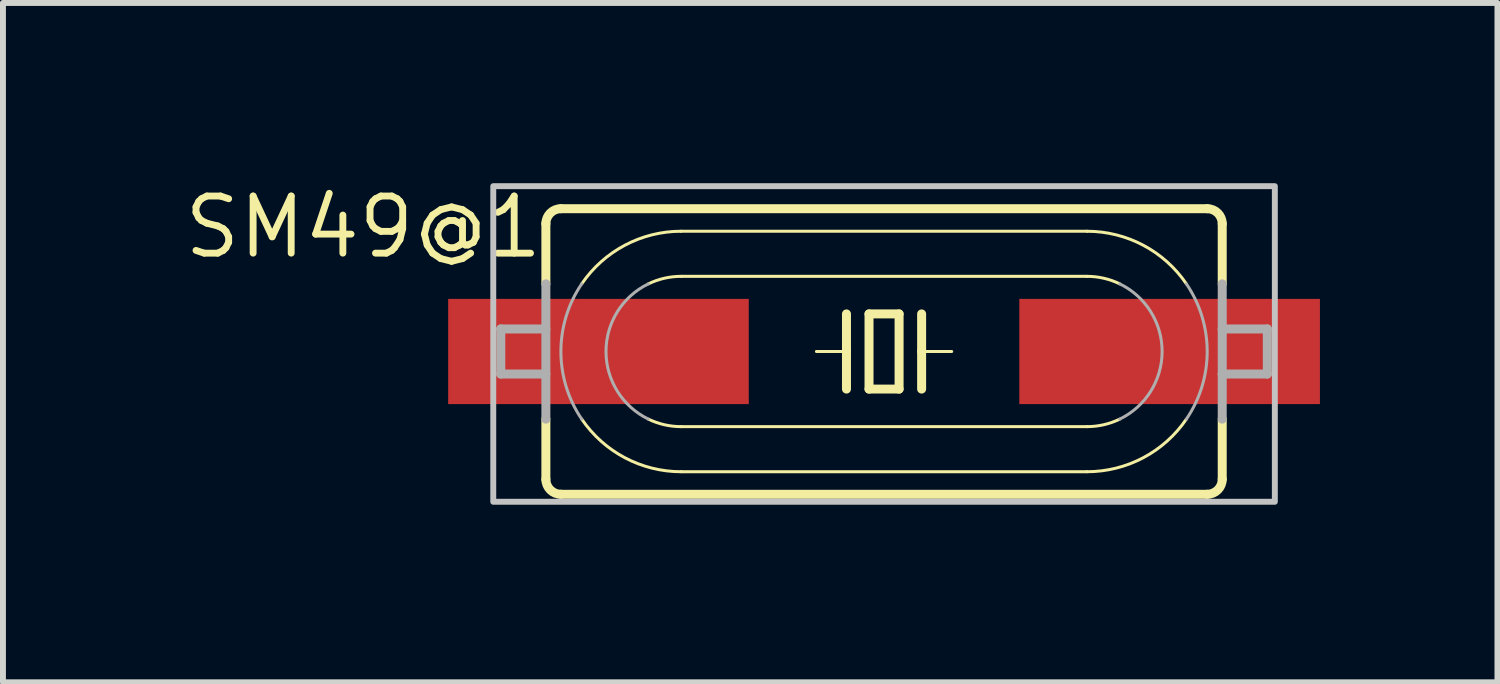
<source format=kicad_pcb>
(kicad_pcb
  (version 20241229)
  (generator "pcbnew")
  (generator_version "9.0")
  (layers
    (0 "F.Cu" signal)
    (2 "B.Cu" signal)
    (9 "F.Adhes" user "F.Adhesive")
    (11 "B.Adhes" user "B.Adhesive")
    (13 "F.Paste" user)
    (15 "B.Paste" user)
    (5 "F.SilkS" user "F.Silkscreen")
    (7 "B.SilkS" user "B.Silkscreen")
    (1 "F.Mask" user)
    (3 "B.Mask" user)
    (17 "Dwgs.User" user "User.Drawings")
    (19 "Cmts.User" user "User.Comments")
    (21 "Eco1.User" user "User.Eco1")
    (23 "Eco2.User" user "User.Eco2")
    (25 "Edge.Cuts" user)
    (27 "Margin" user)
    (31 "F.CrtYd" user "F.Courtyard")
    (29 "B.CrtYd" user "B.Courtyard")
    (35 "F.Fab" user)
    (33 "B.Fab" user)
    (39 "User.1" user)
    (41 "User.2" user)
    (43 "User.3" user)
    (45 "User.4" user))
  (footprint "SM49@1"
    (layer "F.Cu")
    (at 11.89 2.89)
    (property "Reference" "SM49@1" (at -5.715 -2.667 180) (layer "F.SilkS") (effects (font (size 0.965 0.965) (thickness 0.116)) (justify right top)))
    (attr through_hole)
    (fp_line (start -5.715 -2.159) (end -5.715 -1.143) (stroke (width 0.152) (type solid)) (layer "F.SilkS"))
    (fp_line (start -5.715 1.143) (end -5.715 2.159) (stroke (width 0.152) (type solid)) (layer "F.SilkS"))
    (fp_line (start -5.461 -2.413) (end 5.461 -2.413) (stroke (width 0.152) (type solid)) (layer "F.SilkS"))
    (fp_line (start -5.461 2.413) (end 5.461 2.413) (stroke (width 0.152) (type solid)) (layer "F.SilkS"))
    (fp_line (start -3.429 -2.032) (end 3.429 -2.032) (stroke (width 0.051) (type solid)) (layer "F.SilkS"))
    (fp_line (start -3.429 -1.27) (end 3.429 -1.27) (stroke (width 0.051) (type solid)) (layer "F.SilkS"))
    (fp_line (start -0.635 -0.635) (end -0.635 0) (stroke (width 0.152) (type solid)) (layer "F.SilkS"))
    (fp_line (start -0.635 0) (end -1.143 0) (stroke (width 0.051) (type solid)) (layer "F.SilkS"))
    (fp_line (start -0.635 0) (end -0.635 0.635) (stroke (width 0.152) (type solid)) (layer "F.SilkS"))
    (fp_line (start -0.254 -0.635) (end -0.254 0.635) (stroke (width 0.152) (type solid)) (layer "F.SilkS"))
    (fp_line (start -0.254 0.635) (end 0.254 0.635) (stroke (width 0.152) (type solid)) (layer "F.SilkS"))
    (fp_line (start 0.254 -0.635) (end -0.254 -0.635) (stroke (width 0.152) (type solid)) (layer "F.SilkS"))
    (fp_line (start 0.254 0.635) (end 0.254 -0.635) (stroke (width 0.152) (type solid)) (layer "F.SilkS"))
    (fp_line (start 0.635 -0.635) (end 0.635 0) (stroke (width 0.152) (type solid)) (layer "F.SilkS"))
    (fp_line (start 0.635 0) (end 0.635 0.635) (stroke (width 0.152) (type solid)) (layer "F.SilkS"))
    (fp_line (start 0.635 0) (end 1.143 0) (stroke (width 0.051) (type solid)) (layer "F.SilkS"))
    (fp_line (start 3.429 1.27) (end -3.429 1.27) (stroke (width 0.051) (type solid)) (layer "F.SilkS"))
    (fp_line (start 3.429 2.032) (end -3.429 2.032) (stroke (width 0.051) (type solid)) (layer "F.SilkS"))
    (fp_line (start 5.715 -2.159) (end 5.715 -1.143) (stroke (width 0.152) (type solid)) (layer "F.SilkS"))
    (fp_line (start 5.715 1.143) (end 5.715 2.159) (stroke (width 0.152) (type solid)) (layer "F.SilkS"))
    (fp_arc (start -5.715 -2.159) (mid -5.640605 -2.338605) (end -5.461 -2.413) (stroke (width 0.1524) (type solid)) (layer "F.SilkS"))
    (fp_arc (start -5.461 2.413) (mid -5.640605 2.338605) (end -5.715 2.159) (stroke (width 0.1524) (type solid)) (layer "F.SilkS"))
    (fp_arc (start -5.1091 -1.143) (mid -4.379417 -1.796107) (end -3.429 -2.032101) (stroke (width 0.0508) (type solid)) (layer "F.SilkS"))
    (fp_arc (start -3.9826 -1.143) (mid -3.712991 -1.237845) (end -3.429 -1.27) (stroke (width 0.0508) (type solid)) (layer "F.SilkS"))
    (fp_arc (start -3.429 1.27) (mid -3.712991 1.237845) (end -3.9826 1.143) (stroke (width 0.0508) (type solid)) (layer "F.SilkS"))
    (fp_arc (start -3.429 2.032001) (mid -4.379408 1.796063) (end -5.1091 1.143) (stroke (width 0.0508) (type solid)) (layer "F.SilkS"))
    (fp_arc (start 3.429 -2.032) (mid 4.379408 -1.796062) (end 5.1091 -1.142999) (stroke (width 0.0508) (type solid)) (layer "F.SilkS"))
    (fp_arc (start 3.429 -1.27) (mid 3.712991 -1.237845) (end 3.9826 -1.143) (stroke (width 0.0508) (type solid)) (layer "F.SilkS"))
    (fp_arc (start 3.9826 1.143) (mid 3.712991 1.237845) (end 3.429 1.27) (stroke (width 0.0508) (type solid)) (layer "F.SilkS"))
    (fp_arc (start 5.109 1.142899) (mid 4.379368 1.795994) (end 3.429 2.032) (stroke (width 0.0508) (type solid)) (layer "F.SilkS"))
    (fp_arc (start 5.461 -2.413) (mid 5.640605 -2.338605) (end 5.715 -2.159) (stroke (width 0.1524) (type solid)) (layer "F.SilkS"))
    (fp_arc (start 5.715 2.159) (mid 5.640605 2.338605) (end 5.461 2.413) (stroke (width 0.1524) (type solid)) (layer "F.SilkS"))
    (fp_poly (pts (xy -6.604 2.54) (xy 6.604 2.54) (xy 6.604 -2.794) (xy -6.604 -2.794)) (stroke (width 0.1) (type solid)) (fill no) (layer "Dwgs.User"))
    (fp_line (start -6.477 -0.381) (end -6.477 0.381) (stroke (width 0.152) (type solid)) (layer "F.Fab"))
    (fp_line (start -5.715 -1.143) (end -5.715 1.143) (stroke (width 0.152) (type solid)) (layer "F.Fab"))
    (fp_line (start -5.715 -0.381) (end -6.477 -0.381) (stroke (width 0.152) (type solid)) (layer "F.Fab"))
    (fp_line (start -5.715 0.381) (end -6.477 0.381) (stroke (width 0.152) (type solid)) (layer "F.Fab"))
    (fp_line (start 5.715 -1.143) (end 5.715 -0.381) (stroke (width 0.152) (type solid)) (layer "F.Fab"))
    (fp_line (start 5.715 -0.381) (end 5.715 0.381) (stroke (width 0.152) (type solid)) (layer "F.Fab"))
    (fp_line (start 5.715 -0.381) (end 6.477 -0.381) (stroke (width 0.152) (type solid)) (layer "F.Fab"))
    (fp_line (start 5.715 0.381) (end 5.715 1.143) (stroke (width 0.152) (type solid)) (layer "F.Fab"))
    (fp_line (start 5.715 0.381) (end 6.477 0.381) (stroke (width 0.152) (type solid)) (layer "F.Fab"))
    (fp_line (start 6.477 -0.381) (end 6.477 0.381) (stroke (width 0.152) (type solid)) (layer "F.Fab"))
    (fp_arc (start -5.1091 1.143) (mid -5.46104 0) (end -5.1091 -1.143) (stroke (width 0.0508) (type solid)) (layer "F.Fab"))
    (fp_arc (start -3.9826 1.143) (mid -4.699009 0) (end -3.9826 -1.143) (stroke (width 0.0508) (type solid)) (layer "F.Fab"))
    (fp_arc (start 3.9826 -1.143) (mid 4.699009 0) (end 3.9826 1.143) (stroke (width 0.0508) (type solid)) (layer "F.Fab"))
    (fp_arc (start 5.1091 -1.143) (mid 5.46104 0) (end 5.1091 1.143) (stroke (width 0.0508) (type solid)) (layer "F.Fab"))
    (pad "1" smd rect (at -4.826 0) (size 5.08 1.778) (layers "F.Cu" "F.Mask" "F.Paste"))
    (pad "2" smd rect (at 4.826 0) (size 5.08 1.778) (layers "F.Cu" "F.Mask" "F.Paste")))
  (gr_rect
    (start -3 -3)
    (end 22.256 8.48)
    (stroke (width 0.1) (type default))
    (fill no)
    (layer "Edge.Cuts")))
</source>
